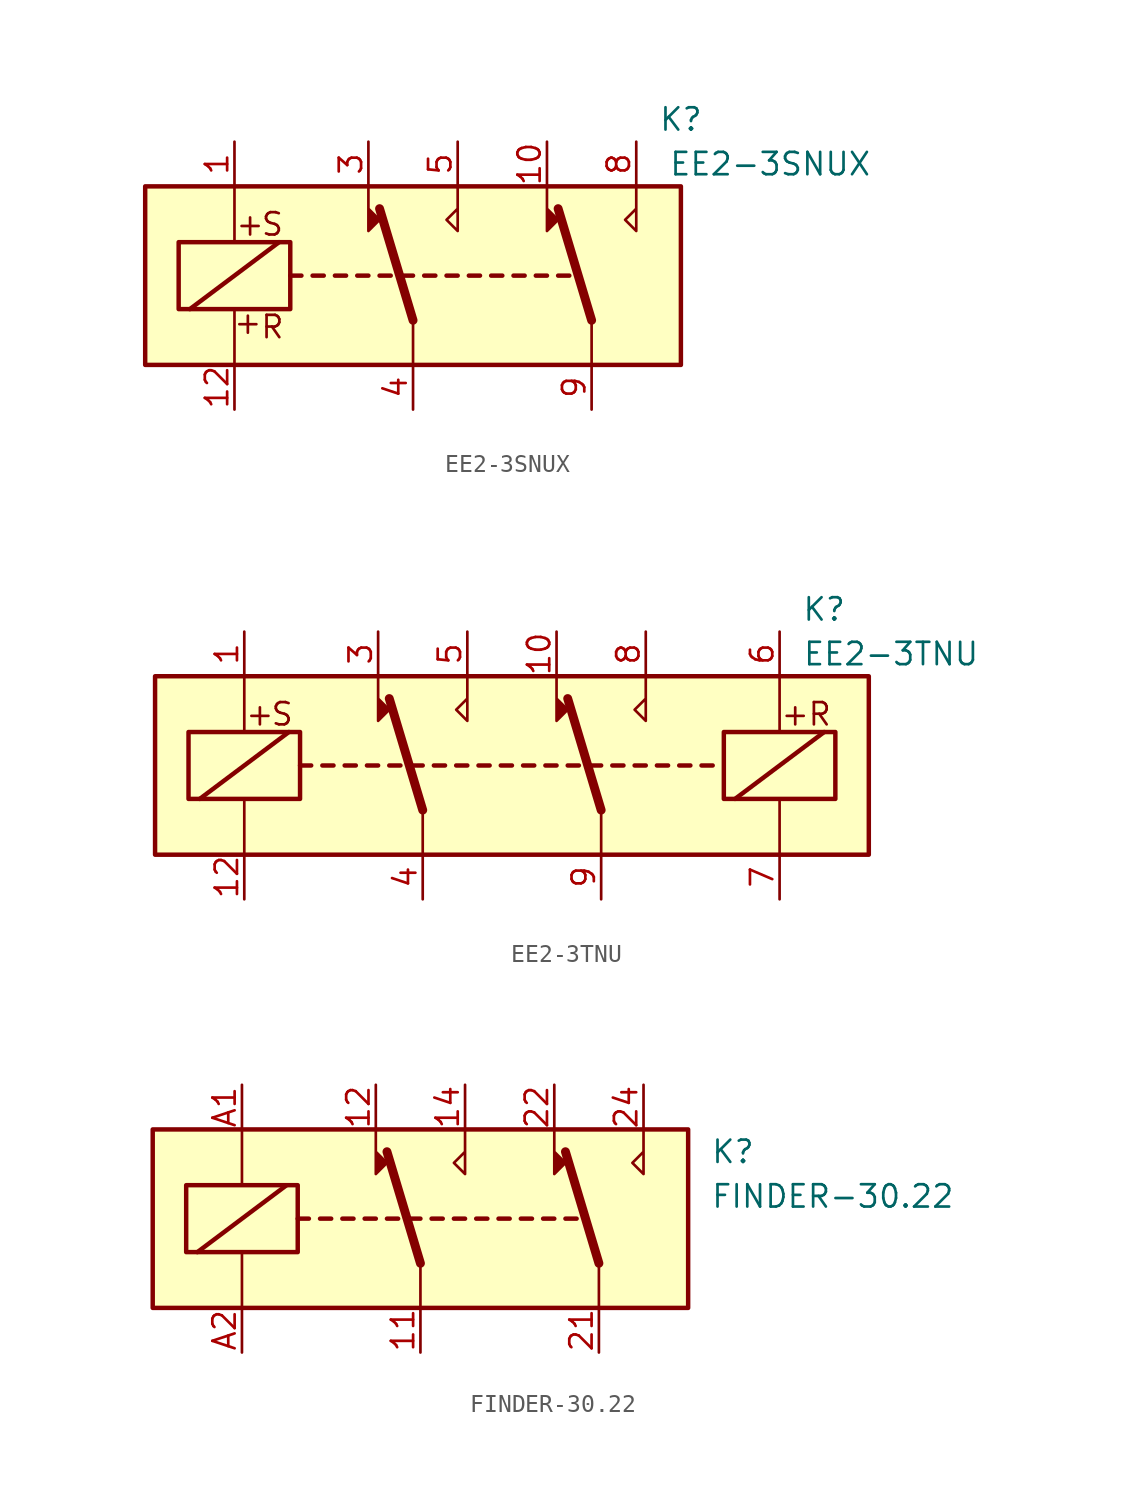
<source format=kicad_sym>
(kicad_symbol_lib
  (version 20241209)
  (generator "kicad_symbol_editor")
  (generator_version "9.0")
  (symbol "EE2-3SNUX"
    (property "Reference" "K"
      (at 15.24 8.89 0)
      (effects (font (size 1.27 1.27))))
    (property "Value" "EE2-3SNUX"
      (at 20.32 6.35 0)
      (effects (font (size 1.27 1.27))))
    (symbol "EE2-3SNUX_1_1"
      (rectangle (start -15.24 5.08) (end 15.24 -5.08) (stroke (width 0.254) (type default)) (fill (type background)))
      (rectangle (start -13.335 1.905) (end -6.985 -1.905) (stroke (width 0.254) (type default)) (fill (type none)))
      (polyline (pts (xy -12.7 -1.905) (xy -7.62 1.905)) (stroke (width 0.254) (type default)) (fill (type none)))
      (polyline (pts (xy -10.16 5.08) (xy -10.16 1.905)) (stroke (width 0) (type default)) (fill (type none)))
      (polyline (pts (xy -10.16 -5.08) (xy -10.16 -1.905)) (stroke (width 0) (type default)) (fill (type none)))
      (polyline (pts (xy -6.985 0) (xy -6.35 0)) (stroke (width 0.254) (type default)) (fill (type none)))
      (polyline (pts (xy -5.715 0) (xy -5.08 0)) (stroke (width 0.254) (type default)) (fill (type none)))
      (polyline (pts (xy -4.445 0) (xy -3.81 0)) (stroke (width 0.254) (type default)) (fill (type none)))
      (polyline (pts (xy -3.175 0) (xy -2.54 0)) (stroke (width 0.254) (type default)) (fill (type none)))
      (polyline (pts (xy -2.54 5.08) (xy -2.54 2.54) (xy -1.905 3.175) (xy -2.54 3.81)) (stroke (width 0) (type default)) (fill (type outline)))
      (polyline (pts (xy -1.905 0) (xy -1.27 0)) (stroke (width 0.254) (type default)) (fill (type none)))
      (polyline (pts (xy -0.635 0) (xy 0 0)) (stroke (width 0.254) (type default)) (fill (type none)))
      (polyline (pts (xy 0 -2.54) (xy -1.905 3.81)) (stroke (width 0.508) (type default)) (fill (type none)))
      (polyline (pts (xy 0 -2.54) (xy 0 -5.08)) (stroke (width 0) (type default)) (fill (type none)))
      (polyline (pts (xy 0.635 0) (xy 1.27 0)) (stroke (width 0.254) (type default)) (fill (type none)))
      (polyline (pts (xy 1.905 0) (xy 2.54 0)) (stroke (width 0.254) (type default)) (fill (type none)))
      (polyline (pts (xy 2.54 5.08) (xy 2.54 2.54) (xy 1.905 3.175) (xy 2.54 3.81)) (stroke (width 0) (type default)) (fill (type none)))
      (polyline (pts (xy 3.175 0) (xy 3.81 0)) (stroke (width 0.254) (type default)) (fill (type none)))
      (polyline (pts (xy 4.445 0) (xy 5.08 0)) (stroke (width 0.254) (type default)) (fill (type none)))
      (polyline (pts (xy 5.715 0) (xy 6.35 0)) (stroke (width 0.254) (type default)) (fill (type none)))
      (polyline (pts (xy 6.985 0) (xy 7.62 0)) (stroke (width 0.254) (type default)) (fill (type none)))
      (polyline (pts (xy 7.62 5.08) (xy 7.62 2.54) (xy 8.255 3.175) (xy 7.62 3.81)) (stroke (width 0) (type default)) (fill (type outline)))
      (polyline (pts (xy 8.255 0) (xy 8.89 0)) (stroke (width 0.254) (type default)) (fill (type none)))
      (polyline (pts (xy 10.16 -2.54) (xy 8.255 3.81)) (stroke (width 0.508) (type default)) (fill (type none)))
      (polyline (pts (xy 10.16 -2.54) (xy 10.16 -5.08)) (stroke (width 0) (type default)) (fill (type none)))
      (polyline (pts (xy 12.7 5.08) (xy 12.7 2.54) (xy 12.065 3.175) (xy 12.7 3.81)) (stroke (width 0) (type default)) (fill (type none)))
      (text "+" (at -9.398 -2.667 0) (effects (font (size 1.27 1.27))))
      (text "+" (at -9.271 2.921 0) (effects (font (size 1.27 1.27))))
      (text "S" (at -8.001 2.921 0) (effects (font (size 1.27 1.27))))
      (text "R" (at -8.001 -2.921 0) (effects (font (size 1.27 1.27))))
      (pin passive line (at -10.16 7.62 270) (length 2.54) (name "~" (effects (font (size 1.27 1.27)))) (number "1" (effects (font (size 1.27 1.27)))))
      (pin passive line (at -10.16 -7.62 90) (length 2.54) (name "~" (effects (font (size 1.27 1.27)))) (number "12" (effects (font (size 1.27 1.27)))))
      (pin passive line (at -2.54 7.62 270) (length 2.54) (name "~" (effects (font (size 1.27 1.27)))) (number "3" (effects (font (size 1.27 1.27)))))
      (pin passive line (at 0 -7.62 90) (length 2.54) (name "~" (effects (font (size 1.27 1.27)))) (number "4" (effects (font (size 1.27 1.27)))))
      (pin passive line (at 2.54 7.62 270) (length 2.54) (name "~" (effects (font (size 1.27 1.27)))) (number "5" (effects (font (size 1.27 1.27)))))
      (pin passive line (at 7.62 7.62 270) (length 2.54) (name "~" (effects (font (size 1.27 1.27)))) (number "10" (effects (font (size 1.27 1.27)))))
      (pin passive line (at 10.16 -7.62 90) (length 2.54) (name "~" (effects (font (size 1.27 1.27)))) (number "9" (effects (font (size 1.27 1.27)))))
      (pin passive line (at 12.7 7.62 270) (length 2.54) (name "~" (effects (font (size 1.27 1.27)))) (number "8" (effects (font (size 1.27 1.27)))))))
  (symbol "EE2-3TNU"
    (property "Reference" "K"
      (at 17.78 8.89 0)
      (effects (font (size 1.27 1.27))))
    (property "Value" "EE2-3TNU"
      (at 21.59 6.35 0)
      (effects (font (size 1.27 1.27))))
    (symbol "EE2-3TNU_1_1"
      (rectangle (start -20.32 5.08) (end 20.32 -5.08) (stroke (width 0.254) (type default)) (fill (type background)))
      (rectangle (start -18.415 1.905) (end -12.065 -1.905) (stroke (width 0.254) (type default)) (fill (type none)))
      (polyline (pts (xy -17.78 -1.905) (xy -12.7 1.905)) (stroke (width 0.254) (type default)) (fill (type none)))
      (polyline (pts (xy -15.24 5.08) (xy -15.24 1.905)) (stroke (width 0) (type default)) (fill (type none)))
      (polyline (pts (xy -15.24 -5.08) (xy -15.24 -1.905)) (stroke (width 0) (type default)) (fill (type none)))
      (polyline (pts (xy -12.065 0) (xy -11.43 0)) (stroke (width 0.254) (type default)) (fill (type none)))
      (polyline (pts (xy -10.795 0) (xy -10.16 0)) (stroke (width 0.254) (type default)) (fill (type none)))
      (polyline (pts (xy -9.525 0) (xy -8.89 0)) (stroke (width 0.254) (type default)) (fill (type none)))
      (polyline (pts (xy -8.255 0) (xy -7.62 0)) (stroke (width 0.254) (type default)) (fill (type none)))
      (polyline (pts (xy -7.62 5.08) (xy -7.62 2.54) (xy -6.985 3.175) (xy -7.62 3.81)) (stroke (width 0) (type default)) (fill (type outline)))
      (polyline (pts (xy -6.985 0) (xy -6.35 0)) (stroke (width 0.254) (type default)) (fill (type none)))
      (polyline (pts (xy -5.715 0) (xy -5.08 0)) (stroke (width 0.254) (type default)) (fill (type none)))
      (polyline (pts (xy -5.08 -2.54) (xy -6.985 3.81)) (stroke (width 0.508) (type default)) (fill (type none)))
      (polyline (pts (xy -5.08 -2.54) (xy -5.08 -5.08)) (stroke (width 0) (type default)) (fill (type none)))
      (polyline (pts (xy -4.445 0) (xy -3.81 0)) (stroke (width 0.254) (type default)) (fill (type none)))
      (polyline (pts (xy -3.175 0) (xy -2.54 0)) (stroke (width 0.254) (type default)) (fill (type none)))
      (polyline (pts (xy -2.54 5.08) (xy -2.54 2.54) (xy -3.175 3.175) (xy -2.54 3.81)) (stroke (width 0) (type default)) (fill (type none)))
      (polyline (pts (xy -1.905 0) (xy -1.27 0)) (stroke (width 0.254) (type default)) (fill (type none)))
      (polyline (pts (xy -0.635 0) (xy 0 0)) (stroke (width 0.254) (type default)) (fill (type none)))
      (polyline (pts (xy 0.635 0) (xy 1.27 0)) (stroke (width 0.254) (type default)) (fill (type none)))
      (polyline (pts (xy 1.905 0) (xy 2.54 0)) (stroke (width 0.254) (type default)) (fill (type none)))
      (polyline (pts (xy 2.54 5.08) (xy 2.54 2.54) (xy 3.175 3.175) (xy 2.54 3.81)) (stroke (width 0) (type default)) (fill (type outline)))
      (polyline (pts (xy 3.175 0) (xy 3.81 0)) (stroke (width 0.254) (type default)) (fill (type none)))
      (polyline (pts (xy 4.445 0) (xy 5.08 0)) (stroke (width 0.254) (type default)) (fill (type none)))
      (polyline (pts (xy 5.08 -2.54) (xy 3.175 3.81)) (stroke (width 0.508) (type default)) (fill (type none)))
      (polyline (pts (xy 5.08 -2.54) (xy 5.08 -5.08)) (stroke (width 0) (type default)) (fill (type none)))
      (polyline (pts (xy 5.715 0) (xy 6.35 0)) (stroke (width 0.254) (type default)) (fill (type none)))
      (polyline (pts (xy 6.985 0) (xy 7.62 0)) (stroke (width 0.254) (type default)) (fill (type none)))
      (polyline (pts (xy 7.62 5.08) (xy 7.62 2.54) (xy 6.985 3.175) (xy 7.62 3.81)) (stroke (width 0) (type default)) (fill (type none)))
      (polyline (pts (xy 8.255 0) (xy 8.89 0)) (stroke (width 0.254) (type default)) (fill (type none)))
      (polyline (pts (xy 9.525 0) (xy 10.16 0)) (stroke (width 0.254) (type default)) (fill (type none)))
      (polyline (pts (xy 10.795 0) (xy 11.43 0)) (stroke (width 0.254) (type default)) (fill (type none)))
      (rectangle (start 12.065 1.905) (end 18.415 -1.905) (stroke (width 0.254) (type default)) (fill (type none)))
      (polyline (pts (xy 12.7 -1.905) (xy 17.78 1.905)) (stroke (width 0.254) (type default)) (fill (type none)))
      (polyline (pts (xy 15.24 5.08) (xy 15.24 1.905)) (stroke (width 0) (type default)) (fill (type none)))
      (polyline (pts (xy 15.24 -5.08) (xy 15.24 -1.905)) (stroke (width 0) (type default)) (fill (type none)))
      (text "+" (at -14.351 2.921 0) (effects (font (size 1.27 1.27))))
      (text "S" (at -13.081 2.921 0) (effects (font (size 1.27 1.27))))
      (text "+" (at 16.129 2.921 0) (effects (font (size 1.27 1.27))))
      (text "R" (at 17.526 2.921 0) (effects (font (size 1.27 1.27))))
      (pin passive line (at -15.24 7.62 270) (length 2.54) (name "~" (effects (font (size 1.27 1.27)))) (number "1" (effects (font (size 1.27 1.27)))))
      (pin passive line (at -15.24 -7.62 90) (length 2.54) (name "~" (effects (font (size 1.27 1.27)))) (number "12" (effects (font (size 1.27 1.27)))))
      (pin passive line (at -7.62 7.62 270) (length 2.54) (name "~" (effects (font (size 1.27 1.27)))) (number "3" (effects (font (size 1.27 1.27)))))
      (pin passive line (at -5.08 -7.62 90) (length 2.54) (name "~" (effects (font (size 1.27 1.27)))) (number "4" (effects (font (size 1.27 1.27)))))
      (pin passive line (at -2.54 7.62 270) (length 2.54) (name "~" (effects (font (size 1.27 1.27)))) (number "5" (effects (font (size 1.27 1.27)))))
      (pin passive line (at 2.54 7.62 270) (length 2.54) (name "~" (effects (font (size 1.27 1.27)))) (number "10" (effects (font (size 1.27 1.27)))))
      (pin passive line (at 5.08 -7.62 90) (length 2.54) (name "~" (effects (font (size 1.27 1.27)))) (number "9" (effects (font (size 1.27 1.27)))))
      (pin passive line (at 7.62 7.62 270) (length 2.54) (name "~" (effects (font (size 1.27 1.27)))) (number "8" (effects (font (size 1.27 1.27)))))
      (pin passive line (at 15.24 7.62 270) (length 2.54) (name "~" (effects (font (size 1.27 1.27)))) (number "6" (effects (font (size 1.27 1.27)))))
      (pin passive line (at 15.24 -7.62 90) (length 2.54) (name "~" (effects (font (size 1.27 1.27)))) (number "7" (effects (font (size 1.27 1.27)))))))
  (symbol "FINDER-30.22"
    (property "Reference" "K"
      (at 16.51 3.81 0)
      (effects (font (size 1.27 1.27)) (justify left)))
    (property "Value" "FINDER-30.22"
      (at 16.51 1.27 0)
      (effects (font (size 1.27 1.27)) (justify left)))
    (symbol "FINDER-30.22_0_0"
      (polyline (pts (xy -2.54 5.08) (xy -2.54 2.54) (xy -1.905 3.175) (xy -2.54 3.81)) (stroke (width 0) (type default)) (fill (type outline)))
      (polyline (pts (xy 2.54 5.08) (xy 2.54 2.54) (xy 1.905 3.175) (xy 2.54 3.81)) (stroke (width 0) (type default)) (fill (type none)))
      (polyline (pts (xy 7.62 5.08) (xy 7.62 2.54) (xy 8.255 3.175) (xy 7.62 3.81)) (stroke (width 0) (type default)) (fill (type outline)))
      (polyline (pts (xy 12.7 5.08) (xy 12.7 2.54) (xy 12.065 3.175) (xy 12.7 3.81)) (stroke (width 0) (type default)) (fill (type none))))
    (symbol "FINDER-30.22_0_1"
      (rectangle (start -15.24 5.08) (end 15.24 -5.08) (stroke (width 0.254) (type default)) (fill (type background)))
      (rectangle (start -13.335 1.905) (end -6.985 -1.905) (stroke (width 0.254) (type default)) (fill (type none)))
      (polyline (pts (xy -12.7 -1.905) (xy -7.62 1.905)) (stroke (width 0.254) (type default)) (fill (type none)))
      (polyline (pts (xy -10.16 5.08) (xy -10.16 1.905)) (stroke (width 0) (type default)) (fill (type none)))
      (polyline (pts (xy -10.16 -5.08) (xy -10.16 -1.905)) (stroke (width 0) (type default)) (fill (type none)))
      (polyline (pts (xy -6.985 0) (xy -6.35 0)) (stroke (width 0.254) (type default)) (fill (type none)))
      (polyline (pts (xy -5.715 0) (xy -5.08 0)) (stroke (width 0.254) (type default)) (fill (type none)))
      (polyline (pts (xy -4.445 0) (xy -3.81 0)) (stroke (width 0.254) (type default)) (fill (type none)))
      (polyline (pts (xy -3.175 0) (xy -2.54 0)) (stroke (width 0.254) (type default)) (fill (type none)))
      (polyline (pts (xy -1.905 0) (xy -1.27 0)) (stroke (width 0.254) (type default)) (fill (type none)))
      (polyline (pts (xy -0.635 0) (xy 0 0)) (stroke (width 0.254) (type default)) (fill (type none)))
      (polyline (pts (xy 0 -2.54) (xy -1.905 3.81)) (stroke (width 0.508) (type default)) (fill (type none)))
      (polyline (pts (xy 0 -2.54) (xy 0 -5.08)) (stroke (width 0) (type default)) (fill (type none)))
      (polyline (pts (xy 0.635 0) (xy 1.27 0)) (stroke (width 0.254) (type default)) (fill (type none)))
      (polyline (pts (xy 1.905 0) (xy 2.54 0)) (stroke (width 0.254) (type default)) (fill (type none)))
      (polyline (pts (xy 3.175 0) (xy 3.81 0)) (stroke (width 0.254) (type default)) (fill (type none)))
      (polyline (pts (xy 4.445 0) (xy 5.08 0)) (stroke (width 0.254) (type default)) (fill (type none)))
      (polyline (pts (xy 5.715 0) (xy 6.35 0)) (stroke (width 0.254) (type default)) (fill (type none)))
      (polyline (pts (xy 6.985 0) (xy 7.62 0)) (stroke (width 0.254) (type default)) (fill (type none)))
      (polyline (pts (xy 8.255 0) (xy 8.89 0)) (stroke (width 0.254) (type default)) (fill (type none)))
      (polyline (pts (xy 10.16 -2.54) (xy 8.255 3.81)) (stroke (width 0.508) (type default)) (fill (type none)))
      (polyline (pts (xy 10.16 -2.54) (xy 10.16 -5.08)) (stroke (width 0) (type default)) (fill (type none))))
    (symbol "FINDER-30.22_1_1"
      (pin passive line (at -10.16 7.62 270) (length 2.54) (name "~" (effects (font (size 1.27 1.27)))) (number "A1" (effects (font (size 1.27 1.27)))))
      (pin passive line (at -10.16 -7.62 90) (length 2.54) (name "~" (effects (font (size 1.27 1.27)))) (number "A2" (effects (font (size 1.27 1.27)))))
      (pin passive line (at -2.54 7.62 270) (length 2.54) (name "~" (effects (font (size 1.27 1.27)))) (number "12" (effects (font (size 1.27 1.27)))))
      (pin passive line (at 0 -7.62 90) (length 2.54) (name "~" (effects (font (size 1.27 1.27)))) (number "11" (effects (font (size 1.27 1.27)))))
      (pin passive line (at 2.54 7.62 270) (length 2.54) (name "~" (effects (font (size 1.27 1.27)))) (number "14" (effects (font (size 1.27 1.27)))))
      (pin passive line (at 7.62 7.62 270) (length 2.54) (name "~" (effects (font (size 1.27 1.27)))) (number "22" (effects (font (size 1.27 1.27)))))
      (pin passive line (at 10.16 -7.62 90) (length 2.54) (name "~" (effects (font (size 1.27 1.27)))) (number "21" (effects (font (size 1.27 1.27)))))
      (pin passive line (at 12.7 7.62 270) (length 2.54) (name "~" (effects (font (size 1.27 1.27)))) (number "24" (effects (font (size 1.27 1.27))))))))
</source>
